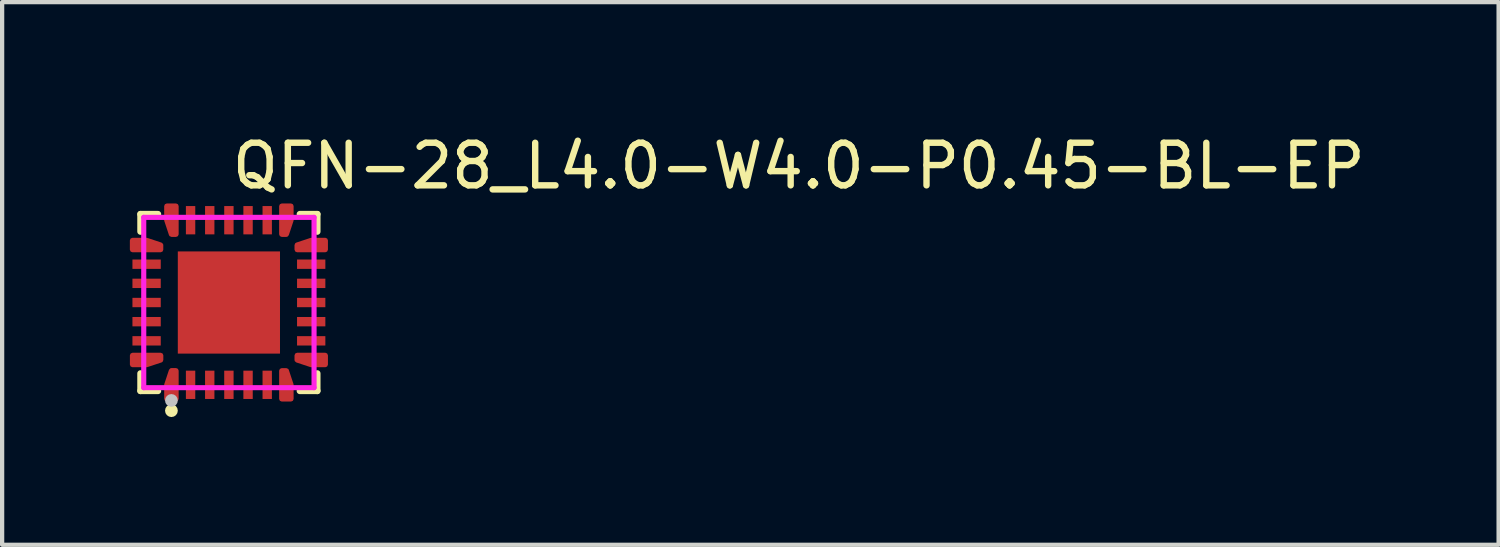
<source format=kicad_pcb>
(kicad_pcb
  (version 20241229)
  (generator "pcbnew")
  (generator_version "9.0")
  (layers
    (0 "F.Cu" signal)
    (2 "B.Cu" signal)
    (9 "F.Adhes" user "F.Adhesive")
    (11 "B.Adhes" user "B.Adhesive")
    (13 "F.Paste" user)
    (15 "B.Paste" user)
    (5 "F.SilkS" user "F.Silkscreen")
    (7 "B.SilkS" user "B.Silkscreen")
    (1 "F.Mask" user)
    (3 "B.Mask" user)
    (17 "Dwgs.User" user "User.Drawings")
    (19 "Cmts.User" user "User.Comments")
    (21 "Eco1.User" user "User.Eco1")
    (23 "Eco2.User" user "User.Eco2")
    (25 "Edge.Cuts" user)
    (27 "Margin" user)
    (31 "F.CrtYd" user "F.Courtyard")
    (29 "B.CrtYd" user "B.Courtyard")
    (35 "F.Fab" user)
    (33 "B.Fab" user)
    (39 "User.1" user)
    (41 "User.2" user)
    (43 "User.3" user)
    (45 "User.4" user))
  (footprint "QFN-28_L4.0-W4.0-P0.45-BL-EP"
    (layer "F.Cu")
    (at 2.326 4.055)
    (property "Reference" "QFN-28_L4.0-W4.0-P0.45-BL-EP" (at 0 -3.207 0) (layer "F.SilkS") (effects (font (size 1 1) (thickness 0.15)) (justify left)))
    (attr through_hole)
    (fp_line (start -2.076 -2.076) (end -1.666 -2.076) (stroke (width 0.152) (type solid)) (layer "F.SilkS"))
    (fp_line (start -2.076 -1.666) (end -2.076 -2.076) (stroke (width 0.152) (type solid)) (layer "F.SilkS"))
    (fp_line (start -2.076 1.666) (end -2.076 2.076) (stroke (width 0.152) (type solid)) (layer "F.SilkS"))
    (fp_line (start -2.076 2.076) (end -1.666 2.076) (stroke (width 0.152) (type solid)) (layer "F.SilkS"))
    (fp_line (start 2.076 -2.076) (end 1.667 -2.076) (stroke (width 0.152) (type solid)) (layer "F.SilkS"))
    (fp_line (start 2.076 -1.666) (end 2.076 -2.076) (stroke (width 0.152) (type solid)) (layer "F.SilkS"))
    (fp_line (start 2.076 1.666) (end 2.076 2.076) (stroke (width 0.152) (type solid)) (layer "F.SilkS"))
    (fp_line (start 2.076 2.076) (end 1.667 2.076) (stroke (width 0.152) (type solid)) (layer "F.SilkS"))
    (fp_circle (center -1.35 2.54) (end -1.275 2.54) (stroke (width 0.15) (type solid)) (fill no) (layer "F.SilkS"))
    (fp_poly (pts (xy -2.265 -1.01) (xy -1.6 -1.01) (xy -1.6 -0.79) (xy -2.265 -0.79)) (stroke (width 0.12) (type solid)) (fill yes) (layer "F.Paste"))
    (fp_poly (pts (xy -2.265 -0.56) (xy -1.6 -0.56) (xy -1.6 -0.34) (xy -2.265 -0.34)) (stroke (width 0.12) (type solid)) (fill yes) (layer "F.Paste"))
    (fp_poly (pts (xy -2.265 -0.11) (xy -1.6 -0.11) (xy -1.6 0.11) (xy -2.265 0.11)) (stroke (width 0.12) (type solid)) (fill yes) (layer "F.Paste"))
    (fp_poly (pts (xy -2.265 0.34) (xy -1.6 0.34) (xy -1.6 0.56) (xy -2.265 0.56)) (stroke (width 0.12) (type solid)) (fill yes) (layer "F.Paste"))
    (fp_poly (pts (xy -2.265 0.79) (xy -1.6 0.79) (xy -1.6 1.01) (xy -2.265 1.01)) (stroke (width 0.12) (type solid)) (fill yes) (layer "F.Paste"))
    (fp_poly (pts (xy -1.01 -2.265) (xy -0.79 -2.265) (xy -0.79 -1.6) (xy -1.01 -1.6)) (stroke (width 0.12) (type solid)) (fill yes) (layer "F.Paste"))
    (fp_poly (pts (xy -1.01 1.6) (xy -0.79 1.6) (xy -0.79 2.265) (xy -1.01 2.265)) (stroke (width 0.12) (type solid)) (fill yes) (layer "F.Paste"))
    (fp_poly (pts (xy -0.96 0.96) (xy -0.96 -0.96) (xy 0.96 -0.96) (xy 0.96 0.96)) (stroke (width 0.12) (type solid)) (fill yes) (layer "F.Paste"))
    (fp_poly (pts (xy -0.56 -2.265) (xy -0.34 -2.265) (xy -0.34 -1.6) (xy -0.56 -1.6)) (stroke (width 0.12) (type solid)) (fill yes) (layer "F.Paste"))
    (fp_poly (pts (xy -0.56 1.6) (xy -0.34 1.6) (xy -0.34 2.265) (xy -0.56 2.265)) (stroke (width 0.12) (type solid)) (fill yes) (layer "F.Paste"))
    (fp_poly (pts (xy -0.11 -2.265) (xy 0.11 -2.265) (xy 0.11 -1.6) (xy -0.11 -1.6)) (stroke (width 0.12) (type solid)) (fill yes) (layer "F.Paste"))
    (fp_poly (pts (xy -0.11 1.6) (xy 0.11 1.6) (xy 0.11 2.265) (xy -0.11 2.265)) (stroke (width 0.12) (type solid)) (fill yes) (layer "F.Paste"))
    (fp_poly (pts (xy 0.34 -2.265) (xy 0.56 -2.265) (xy 0.56 -1.6) (xy 0.34 -1.6)) (stroke (width 0.12) (type solid)) (fill yes) (layer "F.Paste"))
    (fp_poly (pts (xy 0.34 1.6) (xy 0.56 1.6) (xy 0.56 2.265) (xy 0.34 2.265)) (stroke (width 0.12) (type solid)) (fill yes) (layer "F.Paste"))
    (fp_poly (pts (xy 0.79 -2.265) (xy 1.01 -2.265) (xy 1.01 -1.6) (xy 0.79 -1.6)) (stroke (width 0.12) (type solid)) (fill yes) (layer "F.Paste"))
    (fp_poly (pts (xy 0.79 1.6) (xy 1.01 1.6) (xy 1.01 2.265) (xy 0.79 2.265)) (stroke (width 0.12) (type solid)) (fill yes) (layer "F.Paste"))
    (fp_poly (pts (xy 1.601 -1.01) (xy 2.266 -1.01) (xy 2.266 -0.79) (xy 1.601 -0.79)) (stroke (width 0.12) (type solid)) (fill yes) (layer "F.Paste"))
    (fp_poly (pts (xy 1.601 -0.56) (xy 2.266 -0.56) (xy 2.266 -0.34) (xy 1.601 -0.34)) (stroke (width 0.12) (type solid)) (fill yes) (layer "F.Paste"))
    (fp_poly (pts (xy 1.601 -0.11) (xy 2.266 -0.11) (xy 2.266 0.11) (xy 1.601 0.11)) (stroke (width 0.12) (type solid)) (fill yes) (layer "F.Paste"))
    (fp_poly (pts (xy 1.601 0.34) (xy 2.266 0.34) (xy 2.266 0.56) (xy 1.601 0.56)) (stroke (width 0.12) (type solid)) (fill yes) (layer "F.Paste"))
    (fp_poly (pts (xy 1.601 0.79) (xy 2.266 0.79) (xy 2.266 1.01) (xy 1.601 1.01)) (stroke (width 0.12) (type solid)) (fill yes) (layer "F.Paste"))
    (fp_poly (pts (xy -1.6 -1.24) (xy -2.265 -1.24) (xy -2.265 -1.46) (xy -1.933 -1.46) (xy -1.6 -1.35)) (stroke (width 0.12) (type solid)) (fill yes) (layer "F.Paste"))
    (fp_poly (pts (xy -1.6 1.24) (xy -2.265 1.24) (xy -2.265 1.46) (xy -1.933 1.46) (xy -1.6 1.35)) (stroke (width 0.12) (type solid)) (fill yes) (layer "F.Paste"))
    (fp_poly (pts (xy -1.24 -1.6) (xy -1.24 -2.266) (xy -1.46 -2.266) (xy -1.46 -1.933) (xy -1.35 -1.6)) (stroke (width 0.12) (type solid)) (fill yes) (layer "F.Paste"))
    (fp_poly (pts (xy -1.24 1.6) (xy -1.24 2.265) (xy -1.46 2.265) (xy -1.46 1.933) (xy -1.35 1.6)) (stroke (width 0.12) (type solid)) (fill yes) (layer "F.Paste"))
    (fp_poly (pts (xy 1.24 -1.6) (xy 1.24 -2.266) (xy 1.46 -2.266) (xy 1.46 -1.933) (xy 1.35 -1.6)) (stroke (width 0.12) (type solid)) (fill yes) (layer "F.Paste"))
    (fp_poly (pts (xy 1.24 1.601) (xy 1.24 2.266) (xy 1.46 2.266) (xy 1.46 1.933) (xy 1.35 1.601)) (stroke (width 0.12) (type solid)) (fill yes) (layer "F.Paste"))
    (fp_poly (pts (xy 1.601 -1.24) (xy 2.266 -1.24) (xy 2.266 -1.46) (xy 1.933 -1.46) (xy 1.601 -1.35)) (stroke (width 0.12) (type solid)) (fill yes) (layer "F.Paste"))
    (fp_poly (pts (xy 1.601 1.24) (xy 2.266 1.24) (xy 2.266 1.46) (xy 1.933 1.46) (xy 1.601 1.35)) (stroke (width 0.12) (type solid)) (fill yes) (layer "F.Paste"))
    (fp_circle (center -1.35 2.3) (end -1.275 2.3) (stroke (width 0.15) (type solid)) (fill no) (layer "Dwgs.User"))
    (fp_circle (center -2 2) (end -1.97 2) (stroke (width 0.06) (type solid)) (fill no) (layer "Eco2.User"))
    (fp_poly (pts (xy -1.6 -1.24) (xy -1.6 -1.46) (xy -2 -1.46) (xy -2 -1.24)) (stroke (width 0.12) (type solid)) (fill no) (layer "Eco2.User"))
    (fp_poly (pts (xy -1.6 -0.79) (xy -1.6 -1.01) (xy -2 -1.01) (xy -2 -0.79)) (stroke (width 0.12) (type solid)) (fill no) (layer "Eco2.User"))
    (fp_poly (pts (xy -1.6 -0.34) (xy -1.6 -0.56) (xy -2 -0.56) (xy -2 -0.34)) (stroke (width 0.12) (type solid)) (fill no) (layer "Eco2.User"))
    (fp_poly (pts (xy -1.6 0.11) (xy -1.6 -0.11) (xy -2 -0.11) (xy -2 0.11)) (stroke (width 0.12) (type solid)) (fill no) (layer "Eco2.User"))
    (fp_poly (pts (xy -1.6 0.56) (xy -1.6 0.34) (xy -2 0.34) (xy -2 0.56)) (stroke (width 0.12) (type solid)) (fill no) (layer "Eco2.User"))
    (fp_poly (pts (xy -1.6 1.01) (xy -1.6 0.79) (xy -2 0.79) (xy -2 1.01)) (stroke (width 0.12) (type solid)) (fill no) (layer "Eco2.User"))
    (fp_poly (pts (xy -1.6 1.46) (xy -1.6 1.24) (xy -2 1.24) (xy -2 1.46)) (stroke (width 0.12) (type solid)) (fill no) (layer "Eco2.User"))
    (fp_poly (pts (xy -1.46 -2) (xy -1.46 -1.6) (xy -1.24 -1.6) (xy -1.24 -2)) (stroke (width 0.12) (type solid)) (fill no) (layer "Eco2.User"))
    (fp_poly (pts (xy -1.46 2) (xy -1.46 1.6) (xy -1.24 1.6) (xy -1.24 2)) (stroke (width 0.12) (type solid)) (fill no) (layer "Eco2.User"))
    (fp_poly (pts (xy -1.01 -2) (xy -1.01 -1.6) (xy -0.79 -1.6) (xy -0.79 -2)) (stroke (width 0.12) (type solid)) (fill no) (layer "Eco2.User"))
    (fp_poly (pts (xy -1.01 2) (xy -1.01 1.6) (xy -0.79 1.6) (xy -0.79 2)) (stroke (width 0.12) (type solid)) (fill no) (layer "Eco2.User"))
    (fp_poly (pts (xy -0.56 -2) (xy -0.56 -1.6) (xy -0.34 -1.6) (xy -0.34 -2)) (stroke (width 0.12) (type solid)) (fill no) (layer "Eco2.User"))
    (fp_poly (pts (xy -0.56 2) (xy -0.56 1.6) (xy -0.34 1.6) (xy -0.34 2)) (stroke (width 0.12) (type solid)) (fill no) (layer "Eco2.User"))
    (fp_poly (pts (xy -0.11 -2) (xy -0.11 -1.6) (xy 0.11 -1.6) (xy 0.11 -2)) (stroke (width 0.12) (type solid)) (fill no) (layer "Eco2.User"))
    (fp_poly (pts (xy -0.11 2) (xy -0.11 1.6) (xy 0.11 1.6) (xy 0.11 2)) (stroke (width 0.12) (type solid)) (fill no) (layer "Eco2.User"))
    (fp_poly (pts (xy 0.34 -2) (xy 0.34 -1.6) (xy 0.56 -1.6) (xy 0.56 -2)) (stroke (width 0.12) (type solid)) (fill no) (layer "Eco2.User"))
    (fp_poly (pts (xy 0.34 2) (xy 0.34 1.6) (xy 0.56 1.6) (xy 0.56 2)) (stroke (width 0.12) (type solid)) (fill no) (layer "Eco2.User"))
    (fp_poly (pts (xy 0.79 -2) (xy 0.79 -1.6) (xy 1.01 -1.6) (xy 1.01 -2)) (stroke (width 0.12) (type solid)) (fill no) (layer "Eco2.User"))
    (fp_poly (pts (xy 0.79 2) (xy 0.79 1.6) (xy 1.01 1.6) (xy 1.01 2)) (stroke (width 0.12) (type solid)) (fill no) (layer "Eco2.User"))
    (fp_poly (pts (xy 1.24 -2) (xy 1.24 -1.6) (xy 1.46 -1.6) (xy 1.46 -2)) (stroke (width 0.12) (type solid)) (fill no) (layer "Eco2.User"))
    (fp_poly (pts (xy 1.24 2) (xy 1.24 1.6) (xy 1.46 1.6) (xy 1.46 2)) (stroke (width 0.12) (type solid)) (fill no) (layer "Eco2.User"))
    (fp_poly (pts (xy 1.6 -1.24) (xy 1.6 -1.46) (xy 2 -1.46) (xy 2 -1.24)) (stroke (width 0.12) (type solid)) (fill no) (layer "Eco2.User"))
    (fp_poly (pts (xy 1.6 -0.79) (xy 1.6 -1.01) (xy 2 -1.01) (xy 2 -0.79)) (stroke (width 0.12) (type solid)) (fill no) (layer "Eco2.User"))
    (fp_poly (pts (xy 1.6 -0.34) (xy 1.6 -0.56) (xy 2 -0.56) (xy 2 -0.34)) (stroke (width 0.12) (type solid)) (fill no) (layer "Eco2.User"))
    (fp_poly (pts (xy 1.6 0.11) (xy 1.6 -0.11) (xy 2 -0.11) (xy 2 0.11)) (stroke (width 0.12) (type solid)) (fill no) (layer "Eco2.User"))
    (fp_poly (pts (xy 1.6 0.56) (xy 1.6 0.34) (xy 2 0.34) (xy 2 0.56)) (stroke (width 0.12) (type solid)) (fill no) (layer "Eco2.User"))
    (fp_poly (pts (xy 1.6 1.01) (xy 1.6 0.79) (xy 2 0.79) (xy 2 1.01)) (stroke (width 0.12) (type solid)) (fill no) (layer "Eco2.User"))
    (fp_poly (pts (xy 1.6 1.46) (xy 1.6 1.24) (xy 2 1.24) (xy 2 1.46)) (stroke (width 0.12) (type solid)) (fill no) (layer "Eco2.User"))
    (fp_poly (pts (xy -1.2 0.96) (xy -1.2 -1.2) (xy 1.2 -1.2) (xy 1.2 1.2) (xy -0.96 1.2)) (stroke (width 0.12) (type solid)) (fill no) (layer "Eco2.User"))
    (fp_line (start -2 -2) (end 2 -2) (stroke (width 0.12) (type solid)) (layer "F.CrtYd"))
    (fp_line (start -2 2) (end -2 -2) (stroke (width 0.12) (type solid)) (layer "F.CrtYd"))
    (fp_line (start 2 -2) (end 2 2) (stroke (width 0.12) (type solid)) (layer "F.CrtYd"))
    (fp_line (start 2 2) (end -2 2) (stroke (width 0.12) (type solid)) (layer "F.CrtYd"))
    (pad "1" smd custom (at -1.35 1.933 270) (size 0.102 0.102) (layers "F.Cu" "F.Mask" "F.Paste") (options (anchor circle)) (primitives (gr_poly (pts (xy -0.333 -0.11) (xy 0.332 -0.11) (xy 0.332 0.11) (xy 0 0.11) (xy -0.333 0)) (width 0.12) (fill yes))))
    (pad "2" smd rect (at -0.9 1.933) (size 0.22 0.665) (layers "F.Cu" "F.Mask" "F.Paste"))
    (pad "3" smd rect (at -0.45 1.933) (size 0.22 0.665) (layers "F.Cu" "F.Mask" "F.Paste"))
    (pad "4" smd rect (at 0 1.933) (size 0.22 0.665) (layers "F.Cu" "F.Mask" "F.Paste"))
    (pad "5" smd rect (at 0.45 1.933) (size 0.22 0.665) (layers "F.Cu" "F.Mask" "F.Paste"))
    (pad "6" smd rect (at 0.9 1.933) (size 0.22 0.665) (layers "F.Cu" "F.Mask" "F.Paste"))
    (pad "7" smd custom (at 1.35 1.933 270) (size 0.102 0.102) (layers "F.Cu" "F.Mask" "F.Paste") (options (anchor circle)) (primitives (gr_poly (pts (xy -0.332 0.11) (xy 0.333 0.11) (xy 0.333 -0.11) (xy 0 -0.11) (xy -0.332 0)) (width 0.12) (fill yes))))
    (pad "8" smd custom (at 1.933 1.35) (size 0.102 0.102) (layers "F.Cu" "F.Mask" "F.Paste") (options (anchor circle)) (primitives (gr_poly (pts (xy -0.332 -0.11) (xy 0.333 -0.11) (xy 0.333 0.11) (xy 0 0.11) (xy -0.332 0)) (width 0.12) (fill yes))))
    (pad "9" smd rect (at 1.933 0.9) (size 0.665 0.22) (layers "F.Cu" "F.Mask" "F.Paste"))
    (pad "10" smd rect (at 1.933 0.45) (size 0.665 0.22) (layers "F.Cu" "F.Mask" "F.Paste"))
    (pad "11" smd rect (at 1.933 0) (size 0.665 0.22) (layers "F.Cu" "F.Mask" "F.Paste"))
    (pad "12" smd rect (at 1.933 -0.45) (size 0.665 0.22) (layers "F.Cu" "F.Mask" "F.Paste"))
    (pad "13" smd rect (at 1.933 -0.9) (size 0.665 0.22) (layers "F.Cu" "F.Mask" "F.Paste"))
    (pad "14" smd custom (at 1.933 -1.35) (size 0.102 0.102) (layers "F.Cu" "F.Mask" "F.Paste") (options (anchor circle)) (primitives (gr_poly (pts (xy -0.332 0.11) (xy 0.333 0.11) (xy 0.333 -0.11) (xy 0 -0.11) (xy -0.332 0)) (width 0.12) (fill yes))))
    (pad "15" smd custom (at 1.35 -1.933 90) (size 0.102 0.102) (layers "F.Cu" "F.Mask" "F.Paste") (options (anchor circle)) (primitives (gr_poly (pts (xy -0.332 -0.11) (xy 0.333 -0.11) (xy 0.333 0.11) (xy 0 0.11) (xy -0.332 0)) (width 0.12) (fill yes))))
    (pad "16" smd rect (at 0.9 -1.933) (size 0.22 0.665) (layers "F.Cu" "F.Mask" "F.Paste"))
    (pad "17" smd rect (at 0.45 -1.933) (size 0.22 0.665) (layers "F.Cu" "F.Mask" "F.Paste"))
    (pad "18" smd rect (at 0 -1.933) (size 0.22 0.665) (layers "F.Cu" "F.Mask" "F.Paste"))
    (pad "19" smd rect (at -0.45 -1.933) (size 0.22 0.665) (layers "F.Cu" "F.Mask" "F.Paste"))
    (pad "20" smd rect (at -0.9 -1.933) (size 0.22 0.665) (layers "F.Cu" "F.Mask" "F.Paste"))
    (pad "21" smd custom (at -1.35 -1.933 90) (size 0.102 0.102) (layers "F.Cu" "F.Mask" "F.Paste") (options (anchor circle)) (primitives (gr_poly (pts (xy -0.332 0.11) (xy 0.333 0.11) (xy 0.333 -0.11) (xy 0 -0.11) (xy -0.332 0)) (width 0.12) (fill yes))))
    (pad "22" smd custom (at -1.933 -1.35 180) (size 0.102 0.102) (layers "F.Cu" "F.Mask" "F.Paste") (options (anchor circle)) (primitives (gr_poly (pts (xy -0.332 -0.11) (xy 0.333 -0.11) (xy 0.333 0.11) (xy 0 0.11) (xy -0.332 0)) (width 0.12) (fill yes))))
    (pad "23" smd rect (at -1.933 -0.9) (size 0.665 0.22) (layers "F.Cu" "F.Mask" "F.Paste"))
    (pad "24" smd rect (at -1.933 -0.45) (size 0.665 0.22) (layers "F.Cu" "F.Mask" "F.Paste"))
    (pad "25" smd rect (at -1.933 0) (size 0.665 0.22) (layers "F.Cu" "F.Mask" "F.Paste"))
    (pad "26" smd rect (at -1.933 0.45) (size 0.665 0.22) (layers "F.Cu" "F.Mask" "F.Paste"))
    (pad "27" smd rect (at -1.933 0.9) (size 0.665 0.22) (layers "F.Cu" "F.Mask" "F.Paste"))
    (pad "28" smd custom (at -1.933 1.35 180) (size 0.102 0.102) (layers "F.Cu" "F.Mask" "F.Paste") (options (anchor circle)) (primitives (gr_poly (pts (xy -0.333 0.11) (xy 0.332 0.11) (xy 0.332 -0.11) (xy 0 -0.11) (xy -0.333 0)) (width 0.12) (fill yes))))
    (pad "29" smd rect (at 0 0) (size 2.4 2.4) (layers "F.Cu" "F.Mask" "F.Paste")))
  (gr_rect
    (start -3 -3)
    (end 32.147 9.745)
    (stroke (width 0.1) (type default))
    (fill no)
    (layer "Edge.Cuts")))
</source>
